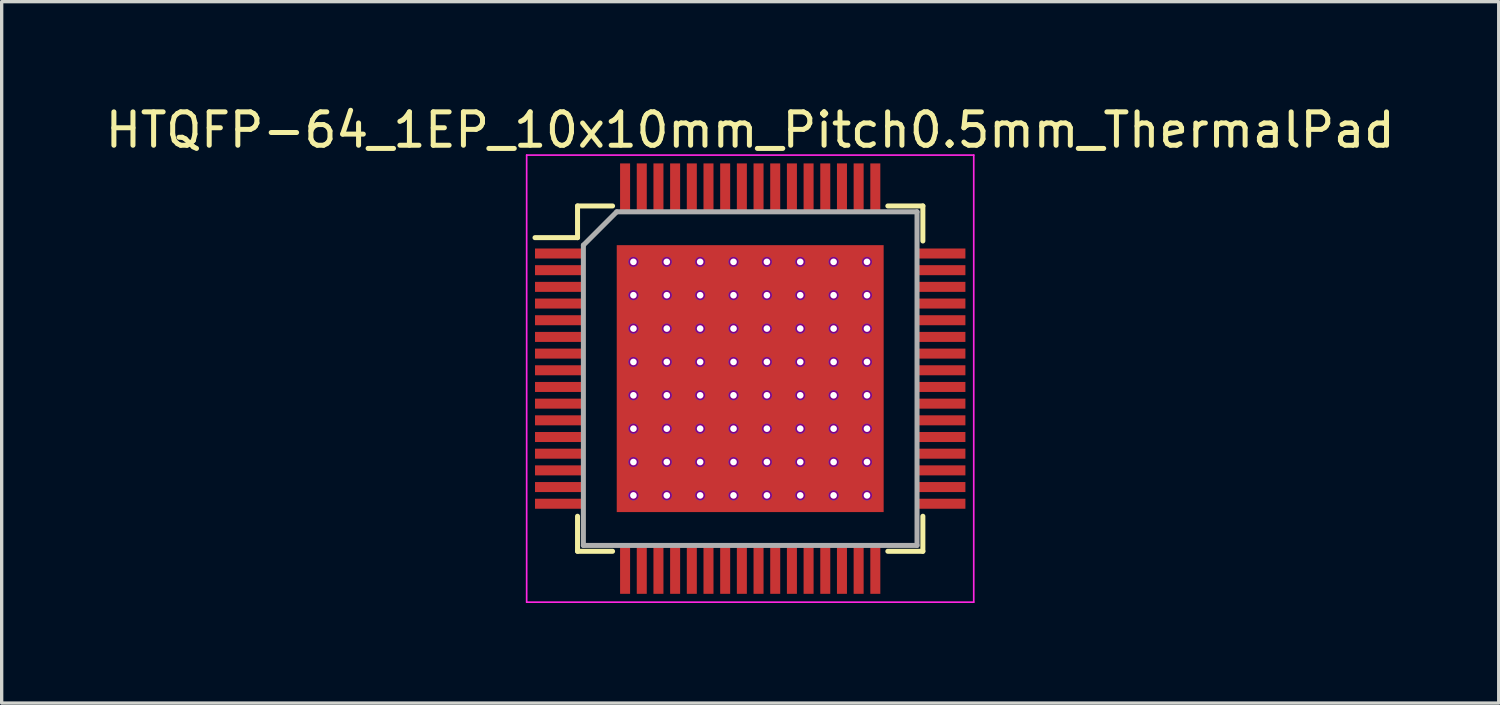
<source format=kicad_pcb>
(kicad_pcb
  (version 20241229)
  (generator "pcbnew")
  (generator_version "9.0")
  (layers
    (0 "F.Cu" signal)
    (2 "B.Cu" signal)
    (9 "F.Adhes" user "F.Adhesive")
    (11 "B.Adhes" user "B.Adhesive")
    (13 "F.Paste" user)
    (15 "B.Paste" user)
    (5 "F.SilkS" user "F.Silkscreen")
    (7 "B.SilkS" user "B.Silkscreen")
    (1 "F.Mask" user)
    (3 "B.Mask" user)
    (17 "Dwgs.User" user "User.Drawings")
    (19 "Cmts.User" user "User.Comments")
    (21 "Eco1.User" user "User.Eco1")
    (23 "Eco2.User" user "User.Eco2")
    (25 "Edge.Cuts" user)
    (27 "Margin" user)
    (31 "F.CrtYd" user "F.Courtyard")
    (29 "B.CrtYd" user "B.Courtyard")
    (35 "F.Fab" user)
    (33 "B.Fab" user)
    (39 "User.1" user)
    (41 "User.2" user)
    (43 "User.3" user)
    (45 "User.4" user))
  (footprint "HTQFP-64_1EP_10x10mm_Pitch0.5mm_ThermalPad"
    (layer "F.Cu")
    (at 19.435 8.298)
    (property "Reference" "HTQFP-64_1EP_10x10mm_Pitch0.5mm_ThermalPad" (at 0 -7.45 0) (layer "F.SilkS") (effects (font (size 1 1) (thickness 0.15))))
    (attr smd)
    (fp_line (start -5.175 -5.175) (end -5.175 -4.225) (stroke (width 0.15) (type solid)) (layer "F.SilkS"))
    (fp_line (start -5.175 -5.175) (end -4.125 -5.175) (stroke (width 0.15) (type solid)) (layer "F.SilkS"))
    (fp_line (start -5.175 -4.225) (end -6.45 -4.225) (stroke (width 0.15) (type solid)) (layer "F.SilkS"))
    (fp_line (start -5.175 5.175) (end -5.175 4.125) (stroke (width 0.15) (type solid)) (layer "F.SilkS"))
    (fp_line (start -5.175 5.175) (end -4.125 5.175) (stroke (width 0.15) (type solid)) (layer "F.SilkS"))
    (fp_line (start 5.175 -5.175) (end 4.125 -5.175) (stroke (width 0.15) (type solid)) (layer "F.SilkS"))
    (fp_line (start 5.175 -5.175) (end 5.175 -4.125) (stroke (width 0.15) (type solid)) (layer "F.SilkS"))
    (fp_line (start 5.175 5.175) (end 4.125 5.175) (stroke (width 0.15) (type solid)) (layer "F.SilkS"))
    (fp_line (start 5.175 5.175) (end 5.175 4.125) (stroke (width 0.15) (type solid)) (layer "F.SilkS"))
    (fp_line (start -6.7 -6.7) (end -6.7 6.7) (stroke (width 0.05) (type solid)) (layer "F.CrtYd"))
    (fp_line (start -6.7 -6.7) (end 6.7 -6.7) (stroke (width 0.05) (type solid)) (layer "F.CrtYd"))
    (fp_line (start -6.7 6.7) (end 6.7 6.7) (stroke (width 0.05) (type solid)) (layer "F.CrtYd"))
    (fp_line (start 6.7 -6.7) (end 6.7 6.7) (stroke (width 0.05) (type solid)) (layer "F.CrtYd"))
    (fp_line (start -5 -4) (end -4 -5) (stroke (width 0.15) (type solid)) (layer "F.Fab"))
    (fp_line (start -5 5) (end -5 -4) (stroke (width 0.15) (type solid)) (layer "F.Fab"))
    (fp_line (start -4 -5) (end 5 -5) (stroke (width 0.15) (type solid)) (layer "F.Fab"))
    (fp_line (start 5 -5) (end 5 5) (stroke (width 0.15) (type solid)) (layer "F.Fab"))
    (fp_line (start 5 5) (end -5 5) (stroke (width 0.15) (type solid)) (layer "F.Fab"))
    (pad "1" smd rect (at -5.7 -3.75) (size 1.5 0.3) (layers "F.Cu" "F.Mask" "F.Paste"))
    (pad "2" smd rect (at -5.7 -3.25) (size 1.5 0.3) (layers "F.Cu" "F.Mask" "F.Paste"))
    (pad "3" smd rect (at -5.7 -2.75) (size 1.5 0.3) (layers "F.Cu" "F.Mask" "F.Paste"))
    (pad "4" smd rect (at -5.7 -2.25) (size 1.5 0.3) (layers "F.Cu" "F.Mask" "F.Paste"))
    (pad "5" smd rect (at -5.7 -1.75) (size 1.5 0.3) (layers "F.Cu" "F.Mask" "F.Paste"))
    (pad "6" smd rect (at -5.7 -1.25) (size 1.5 0.3) (layers "F.Cu" "F.Mask" "F.Paste"))
    (pad "7" smd rect (at -5.7 -0.75) (size 1.5 0.3) (layers "F.Cu" "F.Mask" "F.Paste"))
    (pad "8" smd rect (at -5.7 -0.25) (size 1.5 0.3) (layers "F.Cu" "F.Mask" "F.Paste"))
    (pad "9" smd rect (at -5.7 0.25) (size 1.5 0.3) (layers "F.Cu" "F.Mask" "F.Paste"))
    (pad "10" smd rect (at -5.7 0.75) (size 1.5 0.3) (layers "F.Cu" "F.Mask" "F.Paste"))
    (pad "11" smd rect (at -5.7 1.25) (size 1.5 0.3) (layers "F.Cu" "F.Mask" "F.Paste"))
    (pad "12" smd rect (at -5.7 1.75) (size 1.5 0.3) (layers "F.Cu" "F.Mask" "F.Paste"))
    (pad "13" smd rect (at -5.7 2.25) (size 1.5 0.3) (layers "F.Cu" "F.Mask" "F.Paste"))
    (pad "14" smd rect (at -5.7 2.75) (size 1.5 0.3) (layers "F.Cu" "F.Mask" "F.Paste"))
    (pad "15" smd rect (at -5.7 3.25) (size 1.5 0.3) (layers "F.Cu" "F.Mask" "F.Paste"))
    (pad "16" smd rect (at -5.7 3.75) (size 1.5 0.3) (layers "F.Cu" "F.Mask" "F.Paste"))
    (pad "17" smd rect (at -3.75 5.7 90) (size 1.5 0.3) (layers "F.Cu" "F.Mask" "F.Paste"))
    (pad "18" smd rect (at -3.25 5.7 90) (size 1.5 0.3) (layers "F.Cu" "F.Mask" "F.Paste"))
    (pad "19" smd rect (at -2.75 5.7 90) (size 1.5 0.3) (layers "F.Cu" "F.Mask" "F.Paste"))
    (pad "20" smd rect (at -2.25 5.7 90) (size 1.5 0.3) (layers "F.Cu" "F.Mask" "F.Paste"))
    (pad "21" smd rect (at -1.75 5.7 90) (size 1.5 0.3) (layers "F.Cu" "F.Mask" "F.Paste"))
    (pad "22" smd rect (at -1.25 5.7 90) (size 1.5 0.3) (layers "F.Cu" "F.Mask" "F.Paste"))
    (pad "23" smd rect (at -0.75 5.7 90) (size 1.5 0.3) (layers "F.Cu" "F.Mask" "F.Paste"))
    (pad "24" smd rect (at -0.25 5.7 90) (size 1.5 0.3) (layers "F.Cu" "F.Mask" "F.Paste"))
    (pad "25" smd rect (at 0.25 5.7 90) (size 1.5 0.3) (layers "F.Cu" "F.Mask" "F.Paste"))
    (pad "26" smd rect (at 0.75 5.7 90) (size 1.5 0.3) (layers "F.Cu" "F.Mask" "F.Paste"))
    (pad "27" smd rect (at 1.25 5.7 90) (size 1.5 0.3) (layers "F.Cu" "F.Mask" "F.Paste"))
    (pad "28" smd rect (at 1.75 5.7 90) (size 1.5 0.3) (layers "F.Cu" "F.Mask" "F.Paste"))
    (pad "29" smd rect (at 2.25 5.7 90) (size 1.5 0.3) (layers "F.Cu" "F.Mask" "F.Paste"))
    (pad "30" smd rect (at 2.75 5.7 90) (size 1.5 0.3) (layers "F.Cu" "F.Mask" "F.Paste"))
    (pad "31" smd rect (at 3.25 5.7 90) (size 1.5 0.3) (layers "F.Cu" "F.Mask" "F.Paste"))
    (pad "32" smd rect (at 3.75 5.7 90) (size 1.5 0.3) (layers "F.Cu" "F.Mask" "F.Paste"))
    (pad "33" smd rect (at 5.7 3.75) (size 1.5 0.3) (layers "F.Cu" "F.Mask" "F.Paste"))
    (pad "34" smd rect (at 5.7 3.25) (size 1.5 0.3) (layers "F.Cu" "F.Mask" "F.Paste"))
    (pad "35" smd rect (at 5.7 2.75) (size 1.5 0.3) (layers "F.Cu" "F.Mask" "F.Paste"))
    (pad "36" smd rect (at 5.7 2.25) (size 1.5 0.3) (layers "F.Cu" "F.Mask" "F.Paste"))
    (pad "37" smd rect (at 5.7 1.75) (size 1.5 0.3) (layers "F.Cu" "F.Mask" "F.Paste"))
    (pad "38" smd rect (at 5.7 1.25) (size 1.5 0.3) (layers "F.Cu" "F.Mask" "F.Paste"))
    (pad "39" smd rect (at 5.7 0.75) (size 1.5 0.3) (layers "F.Cu" "F.Mask" "F.Paste"))
    (pad "40" smd rect (at 5.7 0.25) (size 1.5 0.3) (layers "F.Cu" "F.Mask" "F.Paste"))
    (pad "41" smd rect (at 5.7 -0.25) (size 1.5 0.3) (layers "F.Cu" "F.Mask" "F.Paste"))
    (pad "42" smd rect (at 5.7 -0.75) (size 1.5 0.3) (layers "F.Cu" "F.Mask" "F.Paste"))
    (pad "43" smd rect (at 5.7 -1.25) (size 1.5 0.3) (layers "F.Cu" "F.Mask" "F.Paste"))
    (pad "44" smd rect (at 5.7 -1.75) (size 1.5 0.3) (layers "F.Cu" "F.Mask" "F.Paste"))
    (pad "45" smd rect (at 5.7 -2.25) (size 1.5 0.3) (layers "F.Cu" "F.Mask" "F.Paste"))
    (pad "46" smd rect (at 5.7 -2.75) (size 1.5 0.3) (layers "F.Cu" "F.Mask" "F.Paste"))
    (pad "47" smd rect (at 5.7 -3.25) (size 1.5 0.3) (layers "F.Cu" "F.Mask" "F.Paste"))
    (pad "48" smd rect (at 5.7 -3.75) (size 1.5 0.3) (layers "F.Cu" "F.Mask" "F.Paste"))
    (pad "49" smd rect (at 3.75 -5.7 90) (size 1.5 0.3) (layers "F.Cu" "F.Mask" "F.Paste"))
    (pad "50" smd rect (at 3.25 -5.7 90) (size 1.5 0.3) (layers "F.Cu" "F.Mask" "F.Paste"))
    (pad "51" smd rect (at 2.75 -5.7 90) (size 1.5 0.3) (layers "F.Cu" "F.Mask" "F.Paste"))
    (pad "52" smd rect (at 2.25 -5.7 90) (size 1.5 0.3) (layers "F.Cu" "F.Mask" "F.Paste"))
    (pad "53" smd rect (at 1.75 -5.7 90) (size 1.5 0.3) (layers "F.Cu" "F.Mask" "F.Paste"))
    (pad "54" smd rect (at 1.25 -5.7 90) (size 1.5 0.3) (layers "F.Cu" "F.Mask" "F.Paste"))
    (pad "55" smd rect (at 0.75 -5.7 90) (size 1.5 0.3) (layers "F.Cu" "F.Mask" "F.Paste"))
    (pad "56" smd rect (at 0.25 -5.7 90) (size 1.5 0.3) (layers "F.Cu" "F.Mask" "F.Paste"))
    (pad "57" smd rect (at -0.25 -5.7 90) (size 1.5 0.3) (layers "F.Cu" "F.Mask" "F.Paste"))
    (pad "58" smd rect (at -0.75 -5.7 90) (size 1.5 0.3) (layers "F.Cu" "F.Mask" "F.Paste"))
    (pad "59" smd rect (at -1.25 -5.7 90) (size 1.5 0.3) (layers "F.Cu" "F.Mask" "F.Paste"))
    (pad "60" smd rect (at -1.75 -5.7 90) (size 1.5 0.3) (layers "F.Cu" "F.Mask" "F.Paste"))
    (pad "61" smd rect (at -2.25 -5.7 90) (size 1.5 0.3) (layers "F.Cu" "F.Mask" "F.Paste"))
    (pad "62" smd rect (at -2.75 -5.7 90) (size 1.5 0.3) (layers "F.Cu" "F.Mask" "F.Paste"))
    (pad "63" smd rect (at -3.25 -5.7 90) (size 1.5 0.3) (layers "F.Cu" "F.Mask" "F.Paste"))
    (pad "64" smd rect (at -3.75 -5.7 90) (size 1.5 0.3) (layers "F.Cu" "F.Mask" "F.Paste"))
    (pad "65" thru_hole circle (at -3.5 -3.5 90) (size 0.3 0.3) (drill 0.2) (layers "*.Cu" "F.Adhes"))
    (pad "65" thru_hole circle (at -3.5 -2.5 90) (size 0.3 0.3) (drill 0.2) (layers "*.Cu" "F.Adhes"))
    (pad "65" thru_hole circle (at -3.5 -1.5 90) (size 0.3 0.3) (drill 0.2) (layers "*.Cu" "F.Adhes"))
    (pad "65" thru_hole circle (at -3.5 -0.5 90) (size 0.3 0.3) (drill 0.2) (layers "*.Cu" "F.Adhes"))
    (pad "65" thru_hole circle (at -3.5 0.5 90) (size 0.3 0.3) (drill 0.2) (layers "*.Cu" "F.Adhes"))
    (pad "65" thru_hole circle (at -3.5 1.5 90) (size 0.3 0.3) (drill 0.2) (layers "*.Cu" "F.Adhes"))
    (pad "65" thru_hole circle (at -3.5 2.5 90) (size 0.3 0.3) (drill 0.2) (layers "*.Cu" "F.Adhes"))
    (pad "65" thru_hole circle (at -3.5 3.5 90) (size 0.3 0.3) (drill 0.2) (layers "*.Cu" "F.Adhes"))
    (pad "65" thru_hole circle (at -2.5 -3.5 90) (size 0.3 0.3) (drill 0.2) (layers "*.Cu" "F.Adhes"))
    (pad "65" thru_hole circle (at -2.5 -2.5 90) (size 0.3 0.3) (drill 0.2) (layers "*.Cu" "F.Adhes"))
    (pad "65" thru_hole circle (at -2.5 -1.5 90) (size 0.3 0.3) (drill 0.2) (layers "*.Cu" "F.Adhes"))
    (pad "65" thru_hole circle (at -2.5 -0.5 90) (size 0.3 0.3) (drill 0.2) (layers "*.Cu" "F.Adhes"))
    (pad "65" thru_hole circle (at -2.5 0.5 90) (size 0.3 0.3) (drill 0.2) (layers "*.Cu" "F.Adhes"))
    (pad "65" thru_hole circle (at -2.5 1.5 90) (size 0.3 0.3) (drill 0.2) (layers "*.Cu" "F.Adhes"))
    (pad "65" thru_hole circle (at -2.5 2.5 90) (size 0.3 0.3) (drill 0.2) (layers "*.Cu" "F.Adhes"))
    (pad "65" thru_hole circle (at -2.5 3.5 90) (size 0.3 0.3) (drill 0.2) (layers "*.Cu" "F.Adhes"))
    (pad "65" thru_hole circle (at -1.5 -3.5 90) (size 0.3 0.3) (drill 0.2) (layers "*.Cu" "F.Adhes"))
    (pad "65" thru_hole circle (at -1.5 -2.5 90) (size 0.3 0.3) (drill 0.2) (layers "*.Cu" "F.Adhes"))
    (pad "65" thru_hole circle (at -1.5 -1.5 90) (size 0.3 0.3) (drill 0.2) (layers "*.Cu" "F.Adhes"))
    (pad "65" thru_hole circle (at -1.5 -0.5 90) (size 0.3 0.3) (drill 0.2) (layers "*.Cu" "F.Adhes"))
    (pad "65" thru_hole circle (at -1.5 0.5 90) (size 0.3 0.3) (drill 0.2) (layers "*.Cu" "F.Adhes"))
    (pad "65" thru_hole circle (at -1.5 1.5 90) (size 0.3 0.3) (drill 0.2) (layers "*.Cu" "F.Adhes"))
    (pad "65" thru_hole circle (at -1.5 2.5 90) (size 0.3 0.3) (drill 0.2) (layers "*.Cu" "F.Adhes"))
    (pad "65" thru_hole circle (at -1.5 3.5 90) (size 0.3 0.3) (drill 0.2) (layers "*.Cu" "F.Adhes"))
    (pad "65" thru_hole circle (at -0.5 -3.5 90) (size 0.3 0.3) (drill 0.2) (layers "*.Cu" "F.Adhes"))
    (pad "65" thru_hole circle (at -0.5 -2.5 90) (size 0.3 0.3) (drill 0.2) (layers "*.Cu" "F.Adhes"))
    (pad "65" thru_hole circle (at -0.5 -1.5 90) (size 0.3 0.3) (drill 0.2) (layers "*.Cu" "F.Adhes"))
    (pad "65" thru_hole circle (at -0.5 -0.5 90) (size 0.3 0.3) (drill 0.2) (layers "*.Cu" "F.Adhes"))
    (pad "65" thru_hole circle (at -0.5 0.5 90) (size 0.3 0.3) (drill 0.2) (layers "*.Cu" "F.Adhes"))
    (pad "65" thru_hole circle (at -0.5 1.5 90) (size 0.3 0.3) (drill 0.2) (layers "*.Cu" "F.Adhes"))
    (pad "65" thru_hole circle (at -0.5 2.5 90) (size 0.3 0.3) (drill 0.2) (layers "*.Cu" "F.Adhes"))
    (pad "65" thru_hole circle (at -0.5 3.5 90) (size 0.3 0.3) (drill 0.2) (layers "*.Cu" "F.Adhes"))
    (pad "65" smd rect (at 0 0 180) (size 8 8) (layers "F.Cu" "F.Mask" "F.Paste"))
    (pad "65" thru_hole circle (at 0.5 -3.5 90) (size 0.3 0.3) (drill 0.2) (layers "*.Cu" "F.Adhes"))
    (pad "65" thru_hole circle (at 0.5 -2.5 90) (size 0.3 0.3) (drill 0.2) (layers "*.Cu" "F.Adhes"))
    (pad "65" thru_hole circle (at 0.5 -1.5 90) (size 0.3 0.3) (drill 0.2) (layers "*.Cu" "F.Adhes"))
    (pad "65" thru_hole circle (at 0.5 -0.5 90) (size 0.3 0.3) (drill 0.2) (layers "*.Cu" "F.Adhes"))
    (pad "65" thru_hole circle (at 0.5 0.5 90) (size 0.3 0.3) (drill 0.2) (layers "*.Cu" "F.Adhes"))
    (pad "65" thru_hole circle (at 0.5 1.5 90) (size 0.3 0.3) (drill 0.2) (layers "*.Cu" "F.Adhes"))
    (pad "65" thru_hole circle (at 0.5 2.5 90) (size 0.3 0.3) (drill 0.2) (layers "*.Cu" "F.Adhes"))
    (pad "65" thru_hole circle (at 0.5 3.5 90) (size 0.3 0.3) (drill 0.2) (layers "*.Cu" "F.Adhes"))
    (pad "65" thru_hole circle (at 1.5 -3.5 90) (size 0.3 0.3) (drill 0.2) (layers "*.Cu" "F.Adhes"))
    (pad "65" thru_hole circle (at 1.5 -2.5 90) (size 0.3 0.3) (drill 0.2) (layers "*.Cu" "F.Adhes"))
    (pad "65" thru_hole circle (at 1.5 -1.5 90) (size 0.3 0.3) (drill 0.2) (layers "*.Cu" "F.Adhes"))
    (pad "65" thru_hole circle (at 1.5 -0.5 90) (size 0.3 0.3) (drill 0.2) (layers "*.Cu" "F.Adhes"))
    (pad "65" thru_hole circle (at 1.5 0.5 90) (size 0.3 0.3) (drill 0.2) (layers "*.Cu" "F.Adhes"))
    (pad "65" thru_hole circle (at 1.5 1.5 90) (size 0.3 0.3) (drill 0.2) (layers "*.Cu" "F.Adhes"))
    (pad "65" thru_hole circle (at 1.5 2.5 90) (size 0.3 0.3) (drill 0.2) (layers "*.Cu" "F.Adhes"))
    (pad "65" thru_hole circle (at 1.5 3.5 90) (size 0.3 0.3) (drill 0.2) (layers "*.Cu" "F.Adhes"))
    (pad "65" thru_hole circle (at 2.5 -3.5 90) (size 0.3 0.3) (drill 0.2) (layers "*.Cu" "F.Adhes"))
    (pad "65" thru_hole circle (at 2.5 -2.5 90) (size 0.3 0.3) (drill 0.2) (layers "*.Cu" "F.Adhes"))
    (pad "65" thru_hole circle (at 2.5 -1.5 90) (size 0.3 0.3) (drill 0.2) (layers "*.Cu" "F.Adhes"))
    (pad "65" thru_hole circle (at 2.5 -0.5 90) (size 0.3 0.3) (drill 0.2) (layers "*.Cu" "F.Adhes"))
    (pad "65" thru_hole circle (at 2.5 0.5 90) (size 0.3 0.3) (drill 0.2) (layers "*.Cu" "F.Adhes"))
    (pad "65" thru_hole circle (at 2.5 1.5 90) (size 0.3 0.3) (drill 0.2) (layers "*.Cu" "F.Adhes"))
    (pad "65" thru_hole circle (at 2.5 2.5 90) (size 0.3 0.3) (drill 0.2) (layers "*.Cu" "F.Adhes"))
    (pad "65" thru_hole circle (at 2.5 3.5 90) (size 0.3 0.3) (drill 0.2) (layers "*.Cu" "F.Adhes"))
    (pad "65" thru_hole circle (at 3.5 -3.5 90) (size 0.3 0.3) (drill 0.2) (layers "*.Cu" "F.Adhes"))
    (pad "65" thru_hole circle (at 3.5 -2.5 90) (size 0.3 0.3) (drill 0.2) (layers "*.Cu" "F.Adhes"))
    (pad "65" thru_hole circle (at 3.5 -1.5 90) (size 0.3 0.3) (drill 0.2) (layers "*.Cu" "F.Adhes"))
    (pad "65" thru_hole circle (at 3.5 -0.5 90) (size 0.3 0.3) (drill 0.2) (layers "*.Cu" "F.Adhes"))
    (pad "65" thru_hole circle (at 3.5 0.5 90) (size 0.3 0.3) (drill 0.2) (layers "*.Cu" "F.Adhes"))
    (pad "65" thru_hole circle (at 3.5 1.5 90) (size 0.3 0.3) (drill 0.2) (layers "*.Cu" "F.Adhes"))
    (pad "65" thru_hole circle (at 3.5 2.5 90) (size 0.3 0.3) (drill 0.2) (layers "*.Cu" "F.Adhes"))
    (pad "65" thru_hole circle (at 3.5 3.5 90) (size 0.3 0.3) (drill 0.2) (layers "*.Cu" "F.Adhes")))
  (gr_rect
    (start -3 -3)
    (end 41.869 18.023)
    (stroke (width 0.1) (type default))
    (fill no)
    (layer "Edge.Cuts")))
</source>
